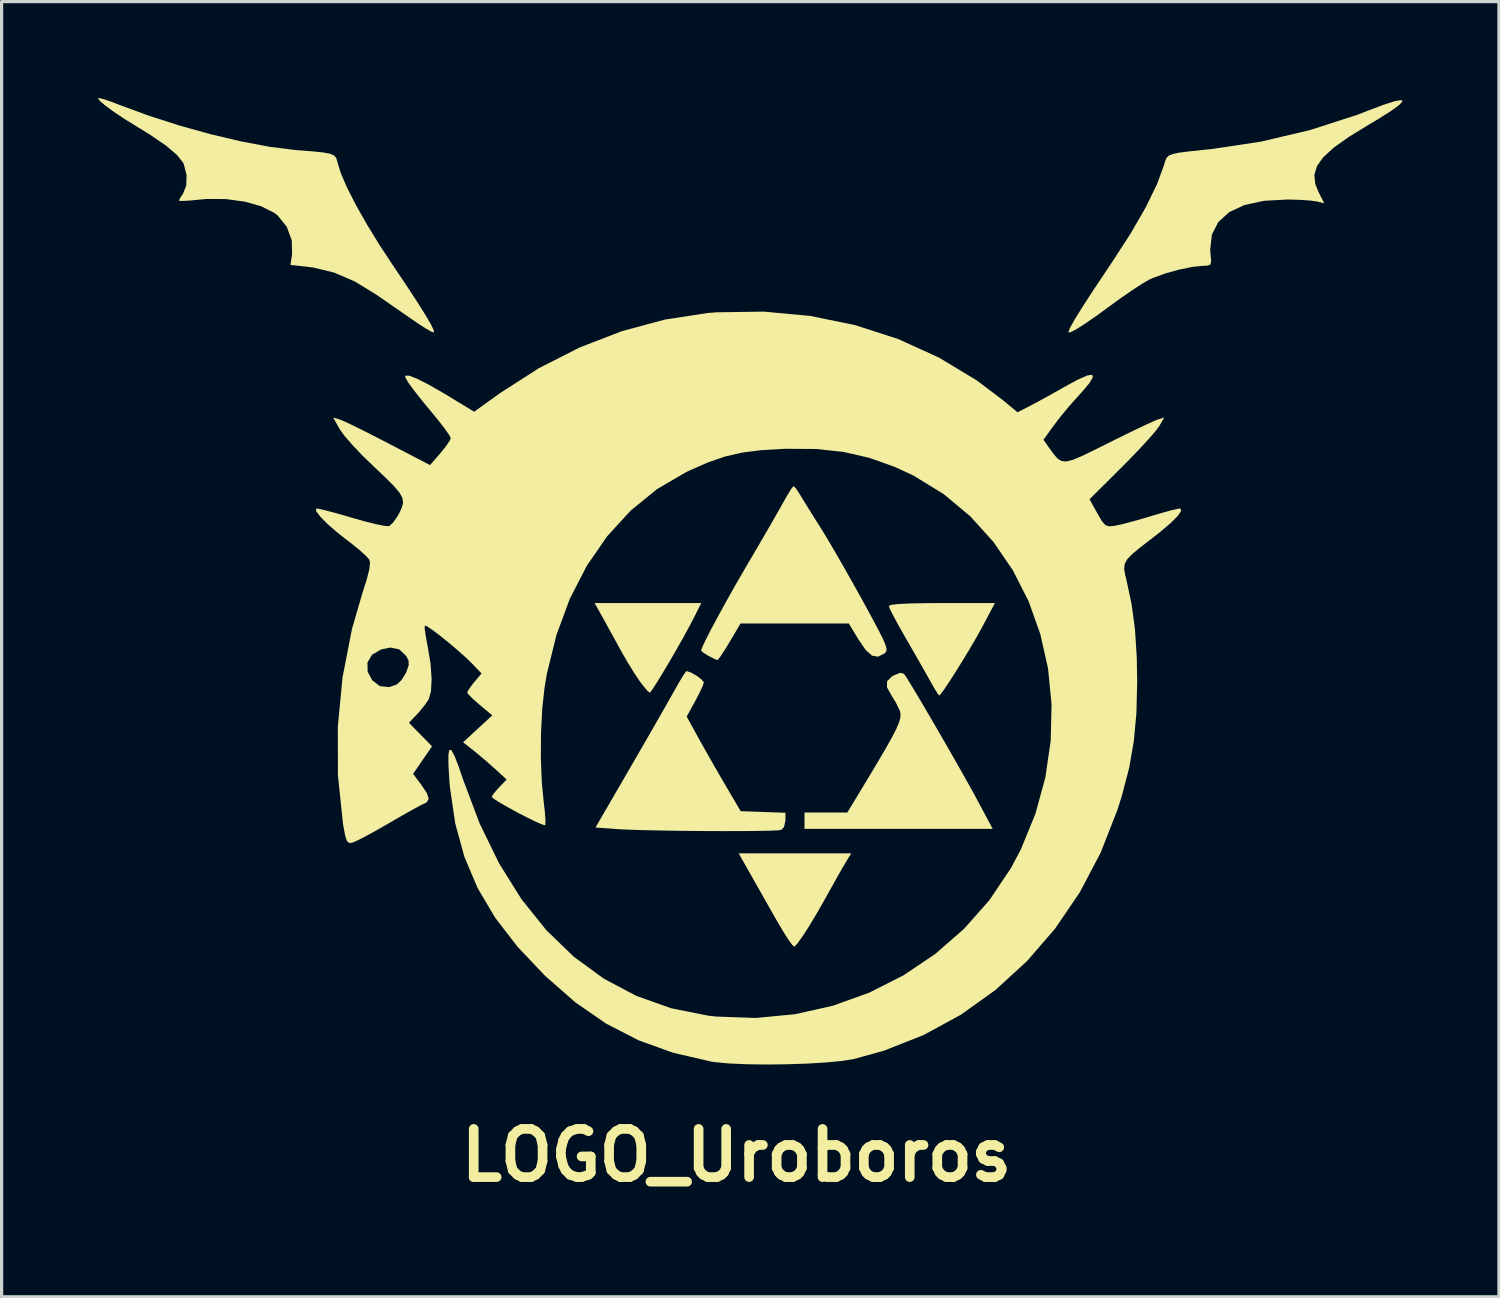
<source format=kicad_pcb>
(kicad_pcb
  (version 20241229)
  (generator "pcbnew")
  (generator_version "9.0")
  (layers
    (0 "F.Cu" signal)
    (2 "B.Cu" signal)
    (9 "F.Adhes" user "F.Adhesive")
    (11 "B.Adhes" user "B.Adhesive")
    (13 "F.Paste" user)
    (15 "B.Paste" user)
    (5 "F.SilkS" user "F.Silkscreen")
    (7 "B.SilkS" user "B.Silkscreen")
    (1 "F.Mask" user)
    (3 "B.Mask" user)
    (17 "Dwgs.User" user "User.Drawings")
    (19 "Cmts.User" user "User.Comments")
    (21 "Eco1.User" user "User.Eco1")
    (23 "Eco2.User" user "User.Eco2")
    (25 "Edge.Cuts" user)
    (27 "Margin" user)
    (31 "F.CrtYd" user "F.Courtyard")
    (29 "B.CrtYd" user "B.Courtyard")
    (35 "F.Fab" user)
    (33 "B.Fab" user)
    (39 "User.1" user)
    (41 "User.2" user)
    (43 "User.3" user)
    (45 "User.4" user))
  (footprint "LOGO_Uroboros"
    (layer "F.Cu")
    (at 19.872 15.127)
    (property "Reference" "LOGO_Uroboros" (at 0 17.78 0) (layer "F.SilkS") (effects (font (size 1.5 1.5) (thickness 0.3))))
    (attr board_only exclude_from_pos_files exclude_from_bom)
    (fp_poly (pts (xy 3.403 8.657) (xy 3.291 8.847) (xy 3.124 9.141) (xy 2.928 9.491) (xy 2.792 9.737) (xy 2.524 10.209) (xy 2.275 10.625) (xy 2.06 10.959) (xy 1.894 11.19) (xy 1.798 11.289) (xy 1.735 11.234) (xy 1.609 11.058) (xy 1.438 10.788) (xy 1.239 10.45) (xy 1.228 10.43) (xy 0.989 10.009) (xy 0.744 9.575) (xy 0.523 9.186) (xy 0.394 8.958) (xy 0.069 8.382) (xy 1.819 8.382) (xy 3.57 8.382)) (stroke (width 0) (type solid)) (fill yes) (layer "F.SilkS"))
    (fp_poly (pts (xy -1.32 1.037) (xy -1.468 1.321) (xy -1.656 1.665) (xy -1.868 2.04) (xy -2.087 2.418) (xy -2.296 2.769) (xy -2.478 3.066) (xy -2.616 3.279) (xy -2.693 3.379) (xy -2.701 3.383) (xy -2.775 3.319) (xy -2.911 3.157) (xy -3.012 3.024) (xy -3.185 2.766) (xy -3.392 2.43) (xy -3.59 2.086) (xy -3.596 2.074) (xy -3.794 1.714) (xy -3.999 1.341) (xy -4.167 1.037) (xy -4.415 0.593) (xy -2.756 0.593) (xy -1.098 0.593)) (stroke (width 0) (type solid)) (fill yes) (layer "F.SilkS"))
    (fp_poly (pts (xy 7.65 1.333) (xy 7.48 1.64) (xy 7.275 1.992) (xy 7.052 2.362) (xy 6.829 2.721) (xy 6.625 3.039) (xy 6.458 3.288) (xy 6.345 3.439) (xy 6.309 3.471) (xy 6.255 3.403) (xy 6.147 3.227) (xy 6.034 3.027) (xy 5.891 2.772) (xy 5.691 2.42) (xy 5.462 2.02) (xy 5.265 1.679) (xy 5.064 1.325) (xy 4.899 1.021) (xy 4.785 0.797) (xy 4.741 0.686) (xy 4.741 0.684) (xy 4.815 0.648) (xy 5.04 0.622) (xy 5.422 0.604) (xy 5.964 0.594) (xy 6.393 0.593) (xy 8.044 0.593)) (stroke (width 0) (type solid)) (fill yes) (layer "F.SilkS"))
    (fp_poly (pts (xy 5.202 2.789) (xy 5.23 2.817) (xy 5.314 2.943) (xy 5.466 3.191) (xy 5.673 3.537) (xy 5.92 3.957) (xy 6.193 4.425) (xy 6.478 4.917) (xy 6.76 5.409) (xy 7.025 5.876) (xy 7.259 6.292) (xy 7.447 6.634) (xy 7.496 6.726) (xy 7.974 7.62) (xy 5.045 7.62) (xy 2.117 7.62) (xy 2.117 7.366) (xy 2.117 7.112) (xy 2.783 7.112) (xy 3.45 7.112) (xy 4 6.202) (xy 4.358 5.606) (xy 4.634 5.136) (xy 4.839 4.772) (xy 4.979 4.498) (xy 5.064 4.294) (xy 5.103 4.143) (xy 5.104 4.026) (xy 5.08 3.936) (xy 4.963 3.694) (xy 4.824 3.468) (xy 4.683 3.214) (xy 4.687 3.026) (xy 4.839 2.876) (xy 4.902 2.841) (xy 5.092 2.764)) (stroke (width 0) (type solid)) (fill yes) (layer "F.SilkS"))
    (fp_poly (pts (xy -1.422 2.752) (xy -1.244 2.853) (xy -1.087 2.969) (xy -1.016 3.058) (xy -1.016 3.061) (xy -1.054 3.178) (xy -1.155 3.394) (xy -1.283 3.64) (xy -1.55 4.125) (xy -1.159 4.836) (xy -0.93 5.244) (xy -0.661 5.716) (xy -0.399 6.168) (xy -0.318 6.308) (xy 0.131 7.07) (xy 0.828 7.094) (xy 1.524 7.119) (xy 1.524 7.36) (xy 1.479 7.564) (xy 1.39 7.653) (xy 1.269 7.667) (xy 1.004 7.678) (xy 0.622 7.685) (xy 0.149 7.689) (xy -0.39 7.69) (xy -0.967 7.688) (xy -1.558 7.683) (xy -2.135 7.675) (xy -2.674 7.665) (xy -3.147 7.653) (xy -3.529 7.638) (xy -3.739 7.626) (xy -4.388 7.578) (xy -3.332 5.757) (xy -3.018 5.214) (xy -2.711 4.683) (xy -2.43 4.192) (xy -2.189 3.771) (xy -2.008 3.451) (xy -1.937 3.323) (xy -1.776 3.042) (xy -1.646 2.828) (xy -1.567 2.717) (xy -1.556 2.709)) (stroke (width 0) (type solid)) (fill yes) (layer "F.SilkS"))
    (fp_poly (pts (xy 1.845 -2.982) (xy 1.951 -2.824) (xy 1.956 -2.815) (xy 2.057 -2.648) (xy 2.224 -2.38) (xy 2.43 -2.049) (xy 2.602 -1.778) (xy 2.809 -1.44) (xy 3.072 -0.993) (xy 3.368 -0.479) (xy 3.672 0.06) (xy 3.935 0.534) (xy 4.213 1.045) (xy 4.417 1.427) (xy 4.556 1.703) (xy 4.637 1.892) (xy 4.67 2.015) (xy 4.663 2.093) (xy 4.624 2.145) (xy 4.602 2.163) (xy 4.405 2.262) (xy 4.218 2.229) (xy 4.022 2.054) (xy 3.803 1.736) (xy 3.496 1.228) (xy 1.811 1.228) (xy 0.127 1.228) (xy -0.212 1.799) (xy -0.376 2.067) (xy -0.508 2.267) (xy -0.585 2.363) (xy -0.593 2.367) (xy -0.689 2.329) (xy -0.864 2.24) (xy -0.868 2.238) (xy -1.03 2.138) (xy -1.101 2.071) (xy -1.101 2.07) (xy -1.06 1.953) (xy -0.946 1.714) (xy -0.773 1.376) (xy -0.551 0.963) (xy -0.295 0.498) (xy -0.016 0.004) (xy 0.272 -0.495) (xy 0.364 -0.652) (xy 0.642 -1.124) (xy 0.911 -1.587) (xy 1.152 -2.005) (xy 1.344 -2.341) (xy 1.443 -2.519) (xy 1.591 -2.778) (xy 1.709 -2.967) (xy 1.774 -3.047) (xy 1.776 -3.047)) (stroke (width 0) (type solid)) (fill yes) (layer "F.SilkS"))
    (fp_poly (pts (xy 20.73 -15.02) (xy 20.62 -14.904) (xy 20.36 -14.716) (xy 19.949 -14.457) (xy 19.681 -14.298) (xy 19.064 -13.92) (xy 18.596 -13.588) (xy 18.266 -13.288) (xy 18.066 -13.007) (xy 17.985 -12.732) (xy 18.014 -12.451) (xy 18.113 -12.204) (xy 18.294 -11.849) (xy 18.068 -11.905) (xy 17.877 -11.933) (xy 17.575 -11.955) (xy 17.223 -11.967) (xy 17.155 -11.968) (xy 16.418 -11.927) (xy 15.809 -11.795) (xy 15.333 -11.573) (xy 14.994 -11.265) (xy 14.796 -10.875) (xy 14.744 -10.404) (xy 14.754 -10.277) (xy 14.774 -10.047) (xy 14.746 -9.94) (xy 14.643 -9.907) (xy 14.531 -9.905) (xy 14.194 -9.871) (xy 13.772 -9.785) (xy 13.337 -9.663) (xy 12.957 -9.525) (xy 12.846 -9.474) (xy 12.627 -9.347) (xy 12.321 -9.148) (xy 11.973 -8.907) (xy 11.726 -8.729) (xy 11.239 -8.373) (xy 10.846 -8.101) (xy 10.558 -7.919) (xy 10.382 -7.831) (xy 10.329 -7.838) (xy 10.377 -7.968) (xy 10.522 -8.227) (xy 10.764 -8.618) (xy 11.104 -9.142) (xy 11.544 -9.801) (xy 11.672 -9.991) (xy 12.271 -10.916) (xy 12.745 -11.738) (xy 13.092 -12.455) (xy 13.298 -13.016) (xy 13.338 -13.155) (xy 13.38 -13.257) (xy 13.449 -13.33) (xy 13.572 -13.383) (xy 13.772 -13.425) (xy 14.076 -13.464) (xy 14.509 -13.51) (xy 14.817 -13.542) (xy 16.319 -13.768) (xy 17.839 -14.126) (xy 19.312 -14.601) (xy 19.67 -14.739) (xy 20.16 -14.924) (xy 20.5 -15.031) (xy 20.69 -15.063)) (stroke (width 0) (type solid)) (fill yes) (layer "F.SilkS"))
    (fp_poly (pts (xy -19.779 -15.114) (xy -19.573 -15.05) (xy -19.291 -14.946) (xy -19.209 -14.914) (xy -18.291 -14.576) (xy -17.325 -14.266) (xy -16.348 -13.995) (xy -15.4 -13.772) (xy -14.519 -13.607) (xy -13.746 -13.51) (xy -13.674 -13.504) (xy -13.202 -13.467) (xy -12.872 -13.433) (xy -12.656 -13.393) (xy -12.527 -13.339) (xy -12.459 -13.263) (xy -12.423 -13.154) (xy -12.414 -13.109) (xy -12.309 -12.773) (xy -12.115 -12.326) (xy -11.842 -11.792) (xy -11.504 -11.195) (xy -11.114 -10.559) (xy -10.741 -9.991) (xy -10.291 -9.321) (xy -9.937 -8.782) (xy -9.677 -8.368) (xy -9.506 -8.075) (xy -9.421 -7.896) (xy -9.415 -7.829) (xy -9.497 -7.855) (xy -9.68 -7.959) (xy -9.927 -8.119) (xy -9.972 -8.15) (xy -10.285 -8.366) (xy -10.67 -8.633) (xy -11.06 -8.903) (xy -11.194 -8.996) (xy -11.871 -9.412) (xy -12.516 -9.691) (xy -13.168 -9.85) (xy -13.379 -9.877) (xy -13.884 -9.93) (xy -13.831 -10.258) (xy -13.841 -10.697) (xy -13.996 -11.116) (xy -14.272 -11.462) (xy -14.384 -11.551) (xy -14.792 -11.757) (xy -15.313 -11.903) (xy -15.899 -11.982) (xy -16.5 -11.984) (xy -16.692 -11.966) (xy -17.002 -11.936) (xy -17.234 -11.923) (xy -17.348 -11.929) (xy -17.354 -11.935) (xy -17.306 -12.03) (xy -17.227 -12.145) (xy -17.125 -12.4) (xy -17.115 -12.727) (xy -17.197 -13.055) (xy -17.227 -13.118) (xy -17.414 -13.356) (xy -17.757 -13.646) (xy -18.258 -13.989) (xy -18.711 -14.267) (xy -19.062 -14.484) (xy -19.381 -14.698) (xy -19.64 -14.888) (xy -19.813 -15.036) (xy -19.872 -15.12) (xy -19.869 -15.127)) (stroke (width 0) (type solid)) (fill yes) (layer "F.SilkS"))
    (fp_poly (pts (xy 2.294 -8.344) (xy 3.689 -8.059) (xy 5.027 -7.627) (xy 6.294 -7.052) (xy 7.478 -6.338) (xy 8.29 -5.725) (xy 8.748 -5.345) (xy 9.137 -5.545) (xy 9.394 -5.681) (xy 9.735 -5.869) (xy 10.098 -6.073) (xy 10.2 -6.132) (xy 10.624 -6.362) (xy 10.913 -6.489) (xy 11.069 -6.513) (xy 11.091 -6.434) (xy 10.981 -6.25) (xy 10.739 -5.963) (xy 10.642 -5.857) (xy 10.364 -5.546) (xy 10.083 -5.207) (xy 9.873 -4.933) (xy 9.554 -4.489) (xy 9.721 -4.255) (xy 9.866 -4.052) (xy 9.988 -3.91) (xy 10.11 -3.83) (xy 10.261 -3.814) (xy 10.465 -3.864) (xy 10.748 -3.982) (xy 11.136 -4.17) (xy 11.569 -4.386) (xy 12.019 -4.609) (xy 12.428 -4.808) (xy 12.767 -4.969) (xy 13.008 -5.078) (xy 13.112 -5.12) (xy 13.313 -5.182) (xy 13.155 -4.91) (xy 13.042 -4.758) (xy 12.831 -4.516) (xy 12.549 -4.209) (xy 12.218 -3.864) (xy 11.993 -3.638) (xy 10.989 -2.638) (xy 11.231 -2.202) (xy 11.372 -1.959) (xy 11.479 -1.834) (xy 11.595 -1.796) (xy 11.766 -1.812) (xy 11.775 -1.813) (xy 11.986 -1.858) (xy 12.307 -1.941) (xy 12.685 -2.048) (xy 12.913 -2.117) (xy 13.267 -2.222) (xy 13.561 -2.302) (xy 13.758 -2.346) (xy 13.818 -2.351) (xy 13.841 -2.276) (xy 13.734 -2.12) (xy 13.51 -1.895) (xy 13.18 -1.615) (xy 12.971 -1.451) (xy 12.59 -1.158) (xy 12.327 -0.942) (xy 12.163 -0.773) (xy 12.082 -0.625) (xy 12.066 -0.469) (xy 12.098 -0.279) (xy 12.139 -0.115) (xy 12.297 0.625) (xy 12.402 1.406) (xy 12.458 2.272) (xy 12.471 3.048) (xy 12.447 4.023) (xy 12.366 4.895) (xy 12.221 5.725) (xy 12 6.572) (xy 11.854 7.037) (xy 11.333 8.364) (xy 10.685 9.595) (xy 9.918 10.723) (xy 9.04 11.738) (xy 8.061 12.634) (xy 6.988 13.402) (xy 5.829 14.034) (xy 4.594 14.523) (xy 3.659 14.782) (xy 3.293 14.842) (xy 2.798 14.89) (xy 2.213 14.925) (xy 1.578 14.947) (xy 0.934 14.954) (xy 0.319 14.946) (xy -0.226 14.922) (xy -0.662 14.882) (xy -0.785 14.863) (xy -1.965 14.591) (xy -3.046 14.202) (xy -4.053 13.684) (xy -5.011 13.023) (xy -5.945 12.205) (xy -5.953 12.198) (xy -6.81 11.295) (xy -7.508 10.39) (xy -8.058 9.461) (xy -8.469 8.489) (xy -8.753 7.454) (xy -8.918 6.334) (xy -8.935 6.13) (xy -8.965 5.641) (xy -8.966 5.318) (xy -8.937 5.161) (xy -8.875 5.169) (xy -8.778 5.343) (xy -8.646 5.683) (xy -8.516 6.066) (xy -7.996 7.448) (xy -7.387 8.696) (xy -6.694 9.806) (xy -5.917 10.775) (xy -5.061 11.602) (xy -4.127 12.284) (xy -3.118 12.818) (xy -2.038 13.202) (xy -0.889 13.432) (xy -0.63 13.462) (xy 0.605 13.505) (xy 1.82 13.389) (xy 3 13.125) (xy 4.131 12.718) (xy 5.199 12.178) (xy 6.188 11.512) (xy 7.085 10.728) (xy 7.875 9.834) (xy 8.544 8.837) (xy 8.846 8.269) (xy 9.304 7.15) (xy 9.614 6.014) (xy 9.78 4.873) (xy 9.806 3.74) (xy 9.697 2.63) (xy 9.456 1.557) (xy 9.09 0.532) (xy 8.601 -0.429) (xy 7.995 -1.313) (xy 7.276 -2.108) (xy 6.449 -2.798) (xy 5.517 -3.371) (xy 4.936 -3.642) (xy 4.138 -3.927) (xy 3.334 -4.111) (xy 2.476 -4.203) (xy 1.517 -4.209) (xy 1.482 -4.208) (xy 0.775 -4.167) (xy 0.181 -4.092) (xy -0.355 -3.969) (xy -0.889 -3.785) (xy -1.475 -3.527) (xy -1.566 -3.484) (xy -2.474 -2.953) (xy -3.296 -2.283) (xy -4.028 -1.483) (xy -4.661 -0.564) (xy -5.189 0.464) (xy -5.605 1.59) (xy -5.903 2.804) (xy -5.973 3.217) (xy -6.045 3.877) (xy -6.084 4.634) (xy -6.089 5.423) (xy -6.059 6.175) (xy -6.002 6.765) (xy -5.964 7.09) (xy -5.946 7.346) (xy -5.949 7.491) (xy -5.955 7.507) (xy -6.041 7.487) (xy -6.237 7.402) (xy -6.505 7.272) (xy -6.808 7.115) (xy -7.107 6.952) (xy -7.368 6.803) (xy -7.551 6.687) (xy -7.62 6.624) (xy -7.567 6.535) (xy -7.434 6.378) (xy -7.387 6.328) (xy -7.154 6.084) (xy -7.493 5.773) (xy -7.769 5.528) (xy -8.066 5.277) (xy -8.17 5.193) (xy -8.509 4.925) (xy -8.055 4.506) (xy -7.601 4.088) (xy -7.991 3.762) (xy -8.199 3.579) (xy -8.34 3.437) (xy -8.382 3.375) (xy -8.332 3.278) (xy -8.208 3.109) (xy -8.159 3.049) (xy -7.935 2.784) (xy -8.222 2.483) (xy -8.42 2.291) (xy -8.673 2.065) (xy -8.952 1.83) (xy -9.224 1.61) (xy -9.461 1.431) (xy -9.631 1.317) (xy -9.702 1.291) (xy -9.704 1.387) (xy -9.675 1.603) (xy -9.62 1.896) (xy -9.611 1.94) (xy -9.522 2.477) (xy -9.488 2.956) (xy -9.509 3.342) (xy -9.577 3.583) (xy -9.696 3.761) (xy -9.874 3.979) (xy -9.933 4.043) (xy -10.194 4.319) (xy -9.835 4.685) (xy -9.476 5.051) (xy -9.771 5.48) (xy -10.066 5.909) (xy -9.819 6.235) (xy -9.638 6.505) (xy -9.579 6.683) (xy -9.639 6.794) (xy -9.716 6.831) (xy -9.841 6.892) (xy -10.08 7.022) (xy -10.4 7.202) (xy -10.769 7.415) (xy -10.837 7.455) (xy -11.213 7.671) (xy -11.548 7.854) (xy -11.809 7.987) (xy -11.965 8.053) (xy -11.979 8.057) (xy -12.067 8.053) (xy -12.131 7.984) (xy -12.182 7.816) (xy -12.237 7.519) (xy -12.248 7.451) (xy -12.404 5.962) (xy -12.408 4.437) (xy -12.262 2.908) (xy -12.17 2.44) (xy -11.485 2.44) (xy -11.481 2.724) (xy -11.339 2.994) (xy -11.1 3.178) (xy -10.808 3.208) (xy -10.571 3.126) (xy -10.425 2.989) (xy -10.291 2.772) (xy -10.275 2.737) (xy -10.201 2.524) (xy -10.207 2.379) (xy -10.28 2.242) (xy -10.493 2.035) (xy -10.773 1.977) (xy -11.056 2.034) (xy -11.34 2.199) (xy -11.485 2.44) (xy -12.17 2.44) (xy -11.969 1.405) (xy -11.644 0.285) (xy -11.504 -0.155) (xy -11.427 -0.463) (xy -11.406 -0.661) (xy -11.428 -0.759) (xy -11.532 -0.877) (xy -11.736 -1.061) (xy -12.002 -1.276) (xy -12.103 -1.352) (xy -12.442 -1.618) (xy -12.733 -1.873) (xy -12.952 -2.096) (xy -13.077 -2.262) (xy -13.09 -2.348) (xy -12.998 -2.34) (xy -12.777 -2.289) (xy -12.456 -2.204) (xy -12.069 -2.093) (xy -11.995 -2.07) (xy -11.589 -1.955) (xy -11.234 -1.866) (xy -10.965 -1.812) (xy -10.817 -1.801) (xy -10.808 -1.804) (xy -10.692 -1.906) (xy -10.553 -2.104) (xy -10.495 -2.209) (xy -10.412 -2.387) (xy -10.376 -2.537) (xy -10.399 -2.685) (xy -10.495 -2.853) (xy -10.678 -3.066) (xy -10.96 -3.346) (xy -11.328 -3.694) (xy -11.658 -4.015) (xy -11.958 -4.332) (xy -12.198 -4.61) (xy -12.345 -4.812) (xy -12.351 -4.822) (xy -12.552 -5.183) (xy -12.351 -5.123) (xy -12.211 -5.065) (xy -11.951 -4.942) (xy -11.6 -4.769) (xy -11.186 -4.559) (xy -10.844 -4.382) (xy -9.538 -3.702) (xy -9.216 -4.073) (xy -9.041 -4.29) (xy -8.924 -4.464) (xy -8.893 -4.538) (xy -8.943 -4.64) (xy -9.079 -4.836) (xy -9.277 -5.09) (xy -9.379 -5.215) (xy -9.768 -5.686) (xy -10.048 -6.041) (xy -10.226 -6.287) (xy -10.307 -6.434) (xy -10.308 -6.484) (xy -10.191 -6.486) (xy -9.945 -6.391) (xy -9.58 -6.206) (xy -9.105 -5.934) (xy -8.923 -5.824) (xy -8.165 -5.362) (xy -7.363 -5.939) (xy -6.156 -6.715) (xy -4.883 -7.362) (xy -3.567 -7.87) (xy -2.232 -8.23) (xy -0.899 -8.435) (xy -0.618 -8.457) (xy 0.854 -8.478)) (stroke (width 0) (type solid)) (fill yes) (layer "F.SilkS")))
  (gr_rect
    (start -3 -3)
    (end 43.602 37.311)
    (stroke (width 0.1) (type default))
    (fill no)
    (layer "Edge.Cuts")))
</source>
